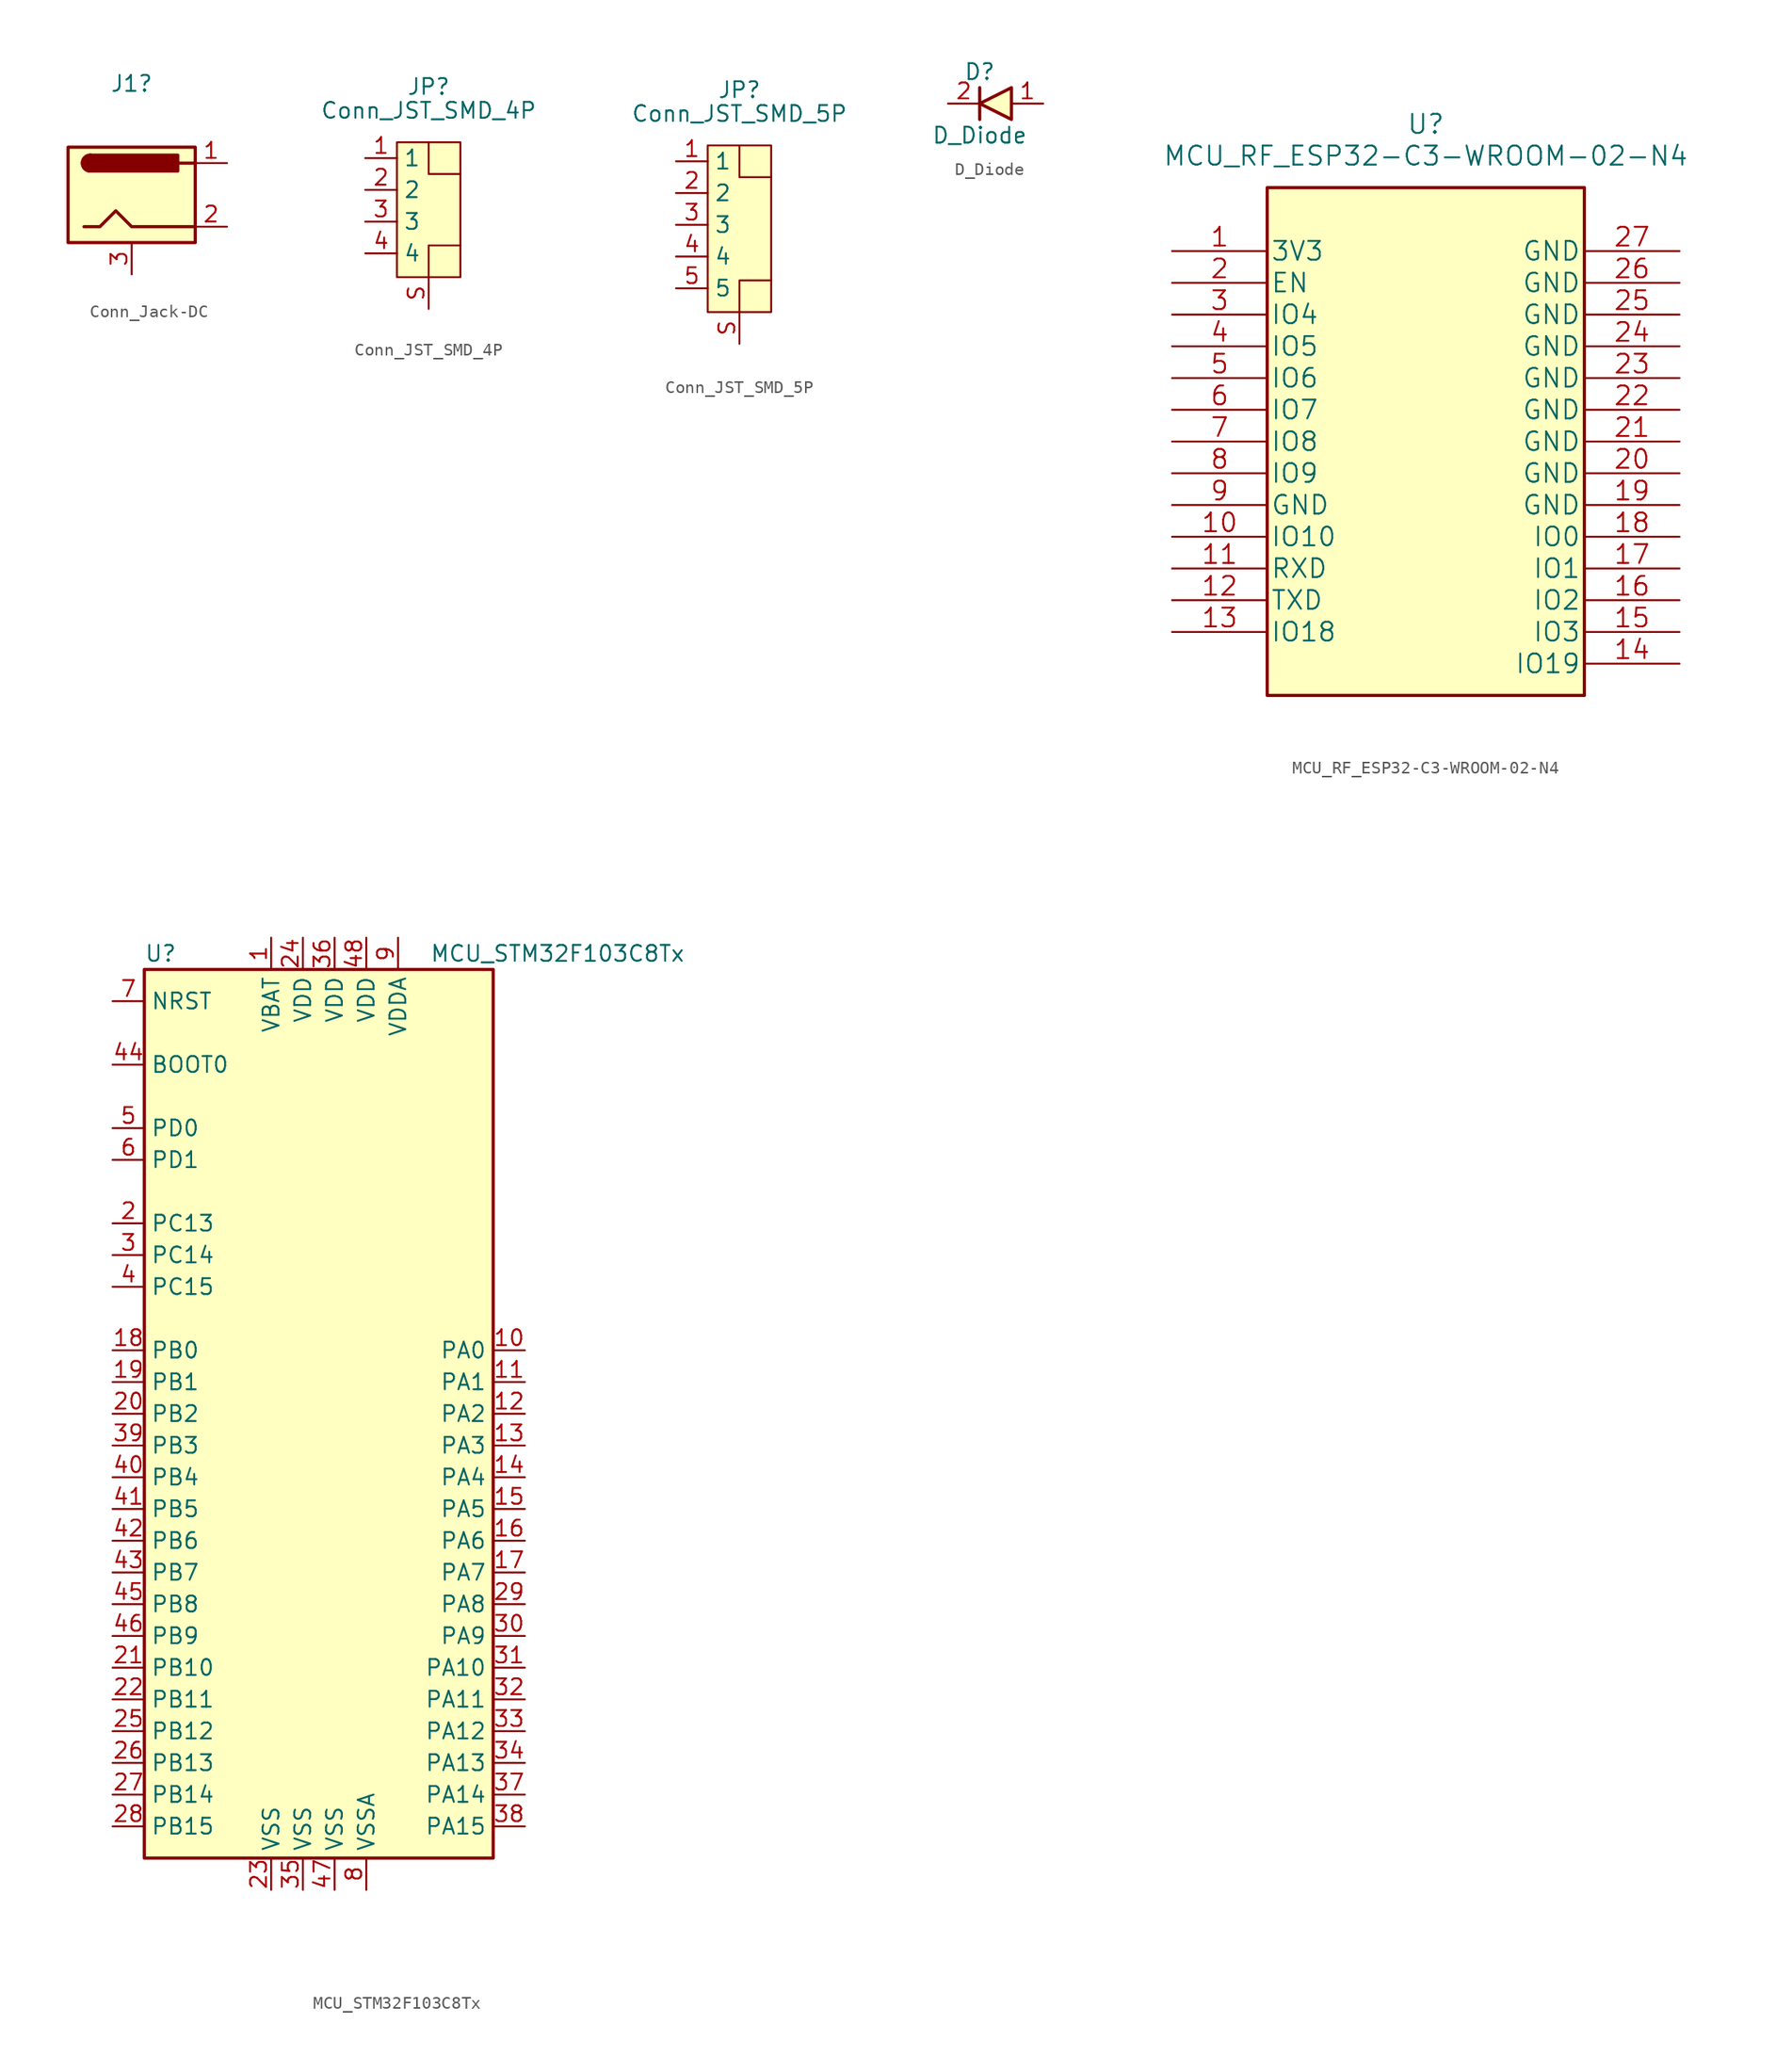
<source format=kicad_sym>
(kicad_symbol_lib
  (version 20211014)
  (generator kicad_symbol_editor)
  (symbol "Conn_Jack-DC"
    (pin_names
      (offset 1.016))
    (property "Reference" "J1"
      (at 0 8.89 0)
      (effects (font (size 1.27 1.27))))
    (symbol "Conn_Jack-DC_0_1"
      (rectangle (start -5.08 3.81) (end 5.08 -3.81) (stroke (width 0.254) (type default) (color 0 0 0 0)) (fill (type background)))
      (arc (start -3.302 3.175) (mid -3.937 2.54) (end -3.302 1.905) (stroke (width 0.254) (type default) (color 0 0 0 0)) (fill (type none)))
      (arc (start -3.302 3.175) (mid -3.937 2.54) (end -3.302 1.905) (stroke (width 0.254) (type default) (color 0 0 0 0)) (fill (type outline)))
      (polyline (pts (xy 5.08 2.54) (xy 3.81 2.54)) (stroke (width 0.254) (type default) (color 0 0 0 0)) (fill (type none)))
      (polyline (pts (xy -3.81 -2.54) (xy -2.54 -2.54) (xy -1.27 -1.27) (xy 0 -2.54) (xy 2.54 -2.54) (xy 5.08 -2.54)) (stroke (width 0.254) (type default) (color 0 0 0 0)) (fill (type none)))
      (rectangle (start 3.683 3.175) (end -3.302 1.905) (stroke (width 0.254) (type default) (color 0 0 0 0)) (fill (type outline))))
    (symbol "Conn_Jack-DC_1_1"
      (pin passive line (at 7.62 2.54 180) (length 2.54) (name "~" (effects (font (size 1.27 1.27)))) (number "1" (effects (font (size 1.27 1.27)))))
      (pin passive line (at 7.62 -2.54 180) (length 2.54) (name "~" (effects (font (size 1.27 1.27)))) (number "2" (effects (font (size 1.27 1.27)))))
      (pin passive line (at 0 -6.35 90) (length 2.54) (name "~" (effects (font (size 1.27 1.27)))) (number "3" (effects (font (size 1.27 1.27)))))))
  (symbol "Conn_JST_SMD_4P"
    (property "Reference" "JP"
      (at 0 10.16 0)
      (effects (font (size 1.27 1.27))))
    (property "Value" "Conn_JST_SMD_4P"
      (at 0 8.255 0)
      (effects (font (size 1.27 1.27))))
    (symbol "Conn_JST_SMD_4P_0_1"
      (rectangle (start -2.54 5.715) (end 2.54 -5.08) (stroke (width 0) (type default) (color 0 0 0 0)) (fill (type background)))
      (polyline (pts (xy 0 5.715) (xy 0 3.175) (xy 2.54 3.175)) (stroke (width 0) (type default) (color 0 0 0 0)) (fill (type none)))
      (polyline (pts (xy 2.54 -2.54) (xy 0 -2.54) (xy 0 -5.08)) (stroke (width 0) (type default) (color 0 0 0 0)) (fill (type none))))
    (symbol "Conn_JST_SMD_4P_1_1"
      (pin passive line (at -5.08 4.445 0) (length 2.54) (name "1" (effects (font (size 1.27 1.27)))) (number "1" (effects (font (size 1.27 1.27)))))
      (pin passive line (at -5.08 1.905 0) (length 2.54) (name "2" (effects (font (size 1.27 1.27)))) (number "2" (effects (font (size 1.27 1.27)))))
      (pin passive line (at -5.08 -0.635 0) (length 2.54) (name "3" (effects (font (size 1.27 1.27)))) (number "3" (effects (font (size 1.27 1.27)))))
      (pin passive line (at -5.08 -3.175 0) (length 2.54) (name "4" (effects (font (size 1.27 1.27)))) (number "4" (effects (font (size 1.27 1.27)))))
      (pin passive line (at 0 -7.62 90) (length 2.54) (name "" (effects (font (size 1.27 1.27)))) (number "S" (effects (font (size 1.27 1.27)))))))
  (symbol "Conn_JST_SMD_5P"
    (property "Reference" "JP"
      (at 0 10.16 0)
      (effects (font (size 1.27 1.27))))
    (property "Value" "Conn_JST_SMD_5P"
      (at 0 8.255 0)
      (effects (font (size 1.27 1.27))))
    (symbol "Conn_JST_SMD_5P_0_1"
      (rectangle (start -2.54 5.715) (end 2.54 -7.62) (stroke (width 0) (type default) (color 0 0 0 0)) (fill (type background)))
      (polyline (pts (xy 0 5.715) (xy 0 3.175) (xy 2.54 3.175)) (stroke (width 0) (type default) (color 0 0 0 0)) (fill (type none)))
      (polyline (pts (xy 2.54 -5.08) (xy 0 -5.08) (xy 0 -7.62)) (stroke (width 0) (type default) (color 0 0 0 0)) (fill (type none))))
    (symbol "Conn_JST_SMD_5P_1_1"
      (pin passive line (at -5.08 4.445 0) (length 2.54) (name "1" (effects (font (size 1.27 1.27)))) (number "1" (effects (font (size 1.27 1.27)))))
      (pin passive line (at -5.08 1.905 0) (length 2.54) (name "2" (effects (font (size 1.27 1.27)))) (number "2" (effects (font (size 1.27 1.27)))))
      (pin passive line (at -5.08 -0.635 0) (length 2.54) (name "3" (effects (font (size 1.27 1.27)))) (number "3" (effects (font (size 1.27 1.27)))))
      (pin passive line (at -5.08 -3.175 0) (length 2.54) (name "4" (effects (font (size 1.27 1.27)))) (number "4" (effects (font (size 1.27 1.27)))))
      (pin passive line (at -5.08 -5.715 0) (length 2.54) (name "5" (effects (font (size 1.27 1.27)))) (number "5" (effects (font (size 1.27 1.27)))))
      (pin passive line (at 0 -10.16 90) (length 2.54) (name "" (effects (font (size 1.27 1.27)))) (number "S" (effects (font (size 1.27 1.27)))))))
  (symbol "D_Diode"
    (property "Reference" "D"
      (at 0 2.54 0)
      (effects (font (size 1.27 1.27))))
    (property "Value" "D_Diode"
      (at 0 -2.54 0)
      (effects (font (size 1.27 1.27))))
    (symbol "D_Diode_0_1"
      (polyline (pts (xy 0 1.27) (xy 0 -1.27)) (stroke (width 0.254) (type default) (color 0 0 0 0)) (fill (type none)))
      (polyline (pts (xy 2.54 1.27) (xy 2.54 -1.27) (xy 0 0) (xy 2.54 1.27)) (stroke (width 0.254) (type default) (color 0 0 0 0)) (fill (type background))))
    (symbol "D_Diode_1_1"
      (pin passive line (at 5.08 0 180) (length 2.54) (name "" (effects (font (size 1.27 1.27)))) (number "1" (effects (font (size 1.27 1.27)))))
      (pin passive line (at -2.54 0 0) (length 2.54) (name "" (effects (font (size 1.27 1.27)))) (number "2" (effects (font (size 1.27 1.27)))))))
  (symbol "MCU_RF_ESP32-C3-WROOM-02-N4"
    (pin_names
      (offset 0.254))
    (property "Reference" "U"
      (at 20.32 10.16 0)
      (effects (font (size 1.524 1.524))))
    (property "Value" "MCU_RF_ESP32-C3-WROOM-02-N4"
      (at 20.32 7.62 0)
      (effects (font (size 1.524 1.524))))
    (symbol "MCU_RF_ESP32-C3-WROOM-02-N4_0_1"
      (rectangle (start 7.62 5.08) (end 33.02 -35.56) (stroke (width 0.254) (type default) (color 0 0 0 0)) (fill (type background))))
    (symbol "MCU_RF_ESP32-C3-WROOM-02-N4_1_1"
      (pin power_in line (at 0 0 0) (length 7.62) (name "3V3" (effects (font (size 1.499 1.499)))) (number "1" (effects (font (size 1.499 1.499)))))
      (pin bidirectional line (at 0 -22.86 0) (length 7.62) (name "IO10" (effects (font (size 1.499 1.499)))) (number "10" (effects (font (size 1.499 1.499)))))
      (pin unspecified line (at 0 -25.4 0) (length 7.62) (name "RXD" (effects (font (size 1.499 1.499)))) (number "11" (effects (font (size 1.499 1.499)))))
      (pin unspecified line (at 0 -27.94 0) (length 7.62) (name "TXD" (effects (font (size 1.499 1.499)))) (number "12" (effects (font (size 1.499 1.499)))))
      (pin bidirectional line (at 0 -30.48 0) (length 7.62) (name "IO18" (effects (font (size 1.499 1.499)))) (number "13" (effects (font (size 1.499 1.499)))))
      (pin bidirectional line (at 40.64 -33.02 180) (length 7.62) (name "IO19" (effects (font (size 1.499 1.499)))) (number "14" (effects (font (size 1.499 1.499)))))
      (pin bidirectional line (at 40.64 -30.48 180) (length 7.62) (name "IO3" (effects (font (size 1.499 1.499)))) (number "15" (effects (font (size 1.499 1.499)))))
      (pin bidirectional line (at 40.64 -27.94 180) (length 7.62) (name "IO2" (effects (font (size 1.499 1.499)))) (number "16" (effects (font (size 1.499 1.499)))))
      (pin bidirectional line (at 40.64 -25.4 180) (length 7.62) (name "IO1" (effects (font (size 1.499 1.499)))) (number "17" (effects (font (size 1.499 1.499)))))
      (pin bidirectional line (at 40.64 -22.86 180) (length 7.62) (name "IO0" (effects (font (size 1.499 1.499)))) (number "18" (effects (font (size 1.499 1.499)))))
      (pin power_in line (at 40.64 -20.32 180) (length 7.62) (name "GND" (effects (font (size 1.499 1.499)))) (number "19" (effects (font (size 1.499 1.499)))))
      (pin passive line (at 0 -2.54 0) (length 7.62) (name "EN" (effects (font (size 1.499 1.499)))) (number "2" (effects (font (size 1.499 1.499)))))
      (pin power_in line (at 40.64 -17.78 180) (length 7.62) (name "GND" (effects (font (size 1.499 1.499)))) (number "20" (effects (font (size 1.499 1.499)))))
      (pin power_in line (at 40.64 -15.24 180) (length 7.62) (name "GND" (effects (font (size 1.499 1.499)))) (number "21" (effects (font (size 1.499 1.499)))))
      (pin power_in line (at 40.64 -12.7 180) (length 7.62) (name "GND" (effects (font (size 1.499 1.499)))) (number "22" (effects (font (size 1.499 1.499)))))
      (pin power_in line (at 40.64 -10.16 180) (length 7.62) (name "GND" (effects (font (size 1.499 1.499)))) (number "23" (effects (font (size 1.499 1.499)))))
      (pin power_in line (at 40.64 -7.62 180) (length 7.62) (name "GND" (effects (font (size 1.499 1.499)))) (number "24" (effects (font (size 1.499 1.499)))))
      (pin power_in line (at 40.64 -5.08 180) (length 7.62) (name "GND" (effects (font (size 1.499 1.499)))) (number "25" (effects (font (size 1.499 1.499)))))
      (pin power_in line (at 40.64 -2.54 180) (length 7.62) (name "GND" (effects (font (size 1.499 1.499)))) (number "26" (effects (font (size 1.499 1.499)))))
      (pin power_in line (at 40.64 0 180) (length 7.62) (name "GND" (effects (font (size 1.499 1.499)))) (number "27" (effects (font (size 1.499 1.499)))))
      (pin bidirectional line (at 0 -5.08 0) (length 7.62) (name "IO4" (effects (font (size 1.499 1.499)))) (number "3" (effects (font (size 1.499 1.499)))))
      (pin bidirectional line (at 0 -7.62 0) (length 7.62) (name "IO5" (effects (font (size 1.499 1.499)))) (number "4" (effects (font (size 1.499 1.499)))))
      (pin bidirectional line (at 0 -10.16 0) (length 7.62) (name "IO6" (effects (font (size 1.499 1.499)))) (number "5" (effects (font (size 1.499 1.499)))))
      (pin bidirectional line (at 0 -12.7 0) (length 7.62) (name "IO7" (effects (font (size 1.499 1.499)))) (number "6" (effects (font (size 1.499 1.499)))))
      (pin bidirectional line (at 0 -15.24 0) (length 7.62) (name "IO8" (effects (font (size 1.499 1.499)))) (number "7" (effects (font (size 1.499 1.499)))))
      (pin bidirectional line (at 0 -17.78 0) (length 7.62) (name "IO9" (effects (font (size 1.499 1.499)))) (number "8" (effects (font (size 1.499 1.499)))))
      (pin power_in line (at 0 -20.32 0) (length 7.62) (name "GND" (effects (font (size 1.499 1.499)))) (number "9" (effects (font (size 1.499 1.499)))))))
  (symbol "MCU_STM32F103C8Tx"
    (property "Reference" "U"
      (at -15.24 36.83 0)
      (effects (font (size 1.27 1.27)) (justify left)))
    (property "Value" "MCU_STM32F103C8Tx"
      (at 7.62 36.83 0)
      (effects (font (size 1.27 1.27)) (justify left)))
    (symbol "MCU_STM32F103C8Tx_0_1"
      (rectangle (start -15.24 -35.56) (end 12.7 35.56) (stroke (width 0.254) (type default) (color 0 0 0 0)) (fill (type background))))
    (symbol "MCU_STM32F103C8Tx_1_1"
      (pin power_in line (at -5.08 38.1 270) (length 2.54) (name "VBAT" (effects (font (size 1.27 1.27)))) (number "1" (effects (font (size 1.27 1.27)))))
      (pin bidirectional line (at 15.24 5.08 180) (length 2.54) (name "PA0" (effects (font (size 1.27 1.27)))) (number "10" (effects (font (size 1.27 1.27)))))
      (pin bidirectional line (at 15.24 2.54 180) (length 2.54) (name "PA1" (effects (font (size 1.27 1.27)))) (number "11" (effects (font (size 1.27 1.27)))))
      (pin bidirectional line (at 15.24 0 180) (length 2.54) (name "PA2" (effects (font (size 1.27 1.27)))) (number "12" (effects (font (size 1.27 1.27)))))
      (pin bidirectional line (at 15.24 -2.54 180) (length 2.54) (name "PA3" (effects (font (size 1.27 1.27)))) (number "13" (effects (font (size 1.27 1.27)))))
      (pin bidirectional line (at 15.24 -5.08 180) (length 2.54) (name "PA4" (effects (font (size 1.27 1.27)))) (number "14" (effects (font (size 1.27 1.27)))))
      (pin bidirectional line (at 15.24 -7.62 180) (length 2.54) (name "PA5" (effects (font (size 1.27 1.27)))) (number "15" (effects (font (size 1.27 1.27)))))
      (pin bidirectional line (at 15.24 -10.16 180) (length 2.54) (name "PA6" (effects (font (size 1.27 1.27)))) (number "16" (effects (font (size 1.27 1.27)))))
      (pin bidirectional line (at 15.24 -12.7 180) (length 2.54) (name "PA7" (effects (font (size 1.27 1.27)))) (number "17" (effects (font (size 1.27 1.27)))))
      (pin bidirectional line (at -17.78 5.08 0) (length 2.54) (name "PB0" (effects (font (size 1.27 1.27)))) (number "18" (effects (font (size 1.27 1.27)))))
      (pin bidirectional line (at -17.78 2.54 0) (length 2.54) (name "PB1" (effects (font (size 1.27 1.27)))) (number "19" (effects (font (size 1.27 1.27)))))
      (pin bidirectional line (at -17.78 15.24 0) (length 2.54) (name "PC13" (effects (font (size 1.27 1.27)))) (number "2" (effects (font (size 1.27 1.27)))))
      (pin bidirectional line (at -17.78 0 0) (length 2.54) (name "PB2" (effects (font (size 1.27 1.27)))) (number "20" (effects (font (size 1.27 1.27)))))
      (pin bidirectional line (at -17.78 -20.32 0) (length 2.54) (name "PB10" (effects (font (size 1.27 1.27)))) (number "21" (effects (font (size 1.27 1.27)))))
      (pin bidirectional line (at -17.78 -22.86 0) (length 2.54) (name "PB11" (effects (font (size 1.27 1.27)))) (number "22" (effects (font (size 1.27 1.27)))))
      (pin power_in line (at -5.08 -38.1 90) (length 2.54) (name "VSS" (effects (font (size 1.27 1.27)))) (number "23" (effects (font (size 1.27 1.27)))))
      (pin power_in line (at -2.54 38.1 270) (length 2.54) (name "VDD" (effects (font (size 1.27 1.27)))) (number "24" (effects (font (size 1.27 1.27)))))
      (pin bidirectional line (at -17.78 -25.4 0) (length 2.54) (name "PB12" (effects (font (size 1.27 1.27)))) (number "25" (effects (font (size 1.27 1.27)))))
      (pin bidirectional line (at -17.78 -27.94 0) (length 2.54) (name "PB13" (effects (font (size 1.27 1.27)))) (number "26" (effects (font (size 1.27 1.27)))))
      (pin bidirectional line (at -17.78 -30.48 0) (length 2.54) (name "PB14" (effects (font (size 1.27 1.27)))) (number "27" (effects (font (size 1.27 1.27)))))
      (pin bidirectional line (at -17.78 -33.02 0) (length 2.54) (name "PB15" (effects (font (size 1.27 1.27)))) (number "28" (effects (font (size 1.27 1.27)))))
      (pin bidirectional line (at 15.24 -15.24 180) (length 2.54) (name "PA8" (effects (font (size 1.27 1.27)))) (number "29" (effects (font (size 1.27 1.27)))))
      (pin bidirectional line (at -17.78 12.7 0) (length 2.54) (name "PC14" (effects (font (size 1.27 1.27)))) (number "3" (effects (font (size 1.27 1.27)))))
      (pin bidirectional line (at 15.24 -17.78 180) (length 2.54) (name "PA9" (effects (font (size 1.27 1.27)))) (number "30" (effects (font (size 1.27 1.27)))))
      (pin bidirectional line (at 15.24 -20.32 180) (length 2.54) (name "PA10" (effects (font (size 1.27 1.27)))) (number "31" (effects (font (size 1.27 1.27)))))
      (pin bidirectional line (at 15.24 -22.86 180) (length 2.54) (name "PA11" (effects (font (size 1.27 1.27)))) (number "32" (effects (font (size 1.27 1.27)))))
      (pin bidirectional line (at 15.24 -25.4 180) (length 2.54) (name "PA12" (effects (font (size 1.27 1.27)))) (number "33" (effects (font (size 1.27 1.27)))))
      (pin bidirectional line (at 15.24 -27.94 180) (length 2.54) (name "PA13" (effects (font (size 1.27 1.27)))) (number "34" (effects (font (size 1.27 1.27)))))
      (pin power_in line (at -2.54 -38.1 90) (length 2.54) (name "VSS" (effects (font (size 1.27 1.27)))) (number "35" (effects (font (size 1.27 1.27)))))
      (pin power_in line (at 0 38.1 270) (length 2.54) (name "VDD" (effects (font (size 1.27 1.27)))) (number "36" (effects (font (size 1.27 1.27)))))
      (pin bidirectional line (at 15.24 -30.48 180) (length 2.54) (name "PA14" (effects (font (size 1.27 1.27)))) (number "37" (effects (font (size 1.27 1.27)))))
      (pin bidirectional line (at 15.24 -33.02 180) (length 2.54) (name "PA15" (effects (font (size 1.27 1.27)))) (number "38" (effects (font (size 1.27 1.27)))))
      (pin bidirectional line (at -17.78 -2.54 0) (length 2.54) (name "PB3" (effects (font (size 1.27 1.27)))) (number "39" (effects (font (size 1.27 1.27)))))
      (pin bidirectional line (at -17.78 10.16 0) (length 2.54) (name "PC15" (effects (font (size 1.27 1.27)))) (number "4" (effects (font (size 1.27 1.27)))))
      (pin bidirectional line (at -17.78 -5.08 0) (length 2.54) (name "PB4" (effects (font (size 1.27 1.27)))) (number "40" (effects (font (size 1.27 1.27)))))
      (pin bidirectional line (at -17.78 -7.62 0) (length 2.54) (name "PB5" (effects (font (size 1.27 1.27)))) (number "41" (effects (font (size 1.27 1.27)))))
      (pin bidirectional line (at -17.78 -10.16 0) (length 2.54) (name "PB6" (effects (font (size 1.27 1.27)))) (number "42" (effects (font (size 1.27 1.27)))))
      (pin bidirectional line (at -17.78 -12.7 0) (length 2.54) (name "PB7" (effects (font (size 1.27 1.27)))) (number "43" (effects (font (size 1.27 1.27)))))
      (pin input line (at -17.78 27.94 0) (length 2.54) (name "BOOT0" (effects (font (size 1.27 1.27)))) (number "44" (effects (font (size 1.27 1.27)))))
      (pin bidirectional line (at -17.78 -15.24 0) (length 2.54) (name "PB8" (effects (font (size 1.27 1.27)))) (number "45" (effects (font (size 1.27 1.27)))))
      (pin bidirectional line (at -17.78 -17.78 0) (length 2.54) (name "PB9" (effects (font (size 1.27 1.27)))) (number "46" (effects (font (size 1.27 1.27)))))
      (pin power_in line (at 0 -38.1 90) (length 2.54) (name "VSS" (effects (font (size 1.27 1.27)))) (number "47" (effects (font (size 1.27 1.27)))))
      (pin power_in line (at 2.54 38.1 270) (length 2.54) (name "VDD" (effects (font (size 1.27 1.27)))) (number "48" (effects (font (size 1.27 1.27)))))
      (pin input line (at -17.78 22.86 0) (length 2.54) (name "PD0" (effects (font (size 1.27 1.27)))) (number "5" (effects (font (size 1.27 1.27)))))
      (pin input line (at -17.78 20.32 0) (length 2.54) (name "PD1" (effects (font (size 1.27 1.27)))) (number "6" (effects (font (size 1.27 1.27)))))
      (pin input line (at -17.78 33.02 0) (length 2.54) (name "NRST" (effects (font (size 1.27 1.27)))) (number "7" (effects (font (size 1.27 1.27)))))
      (pin power_in line (at 2.54 -38.1 90) (length 2.54) (name "VSSA" (effects (font (size 1.27 1.27)))) (number "8" (effects (font (size 1.27 1.27)))))
      (pin power_in line (at 5.08 38.1 270) (length 2.54) (name "VDDA" (effects (font (size 1.27 1.27)))) (number "9" (effects (font (size 1.27 1.27))))))))
</source>
